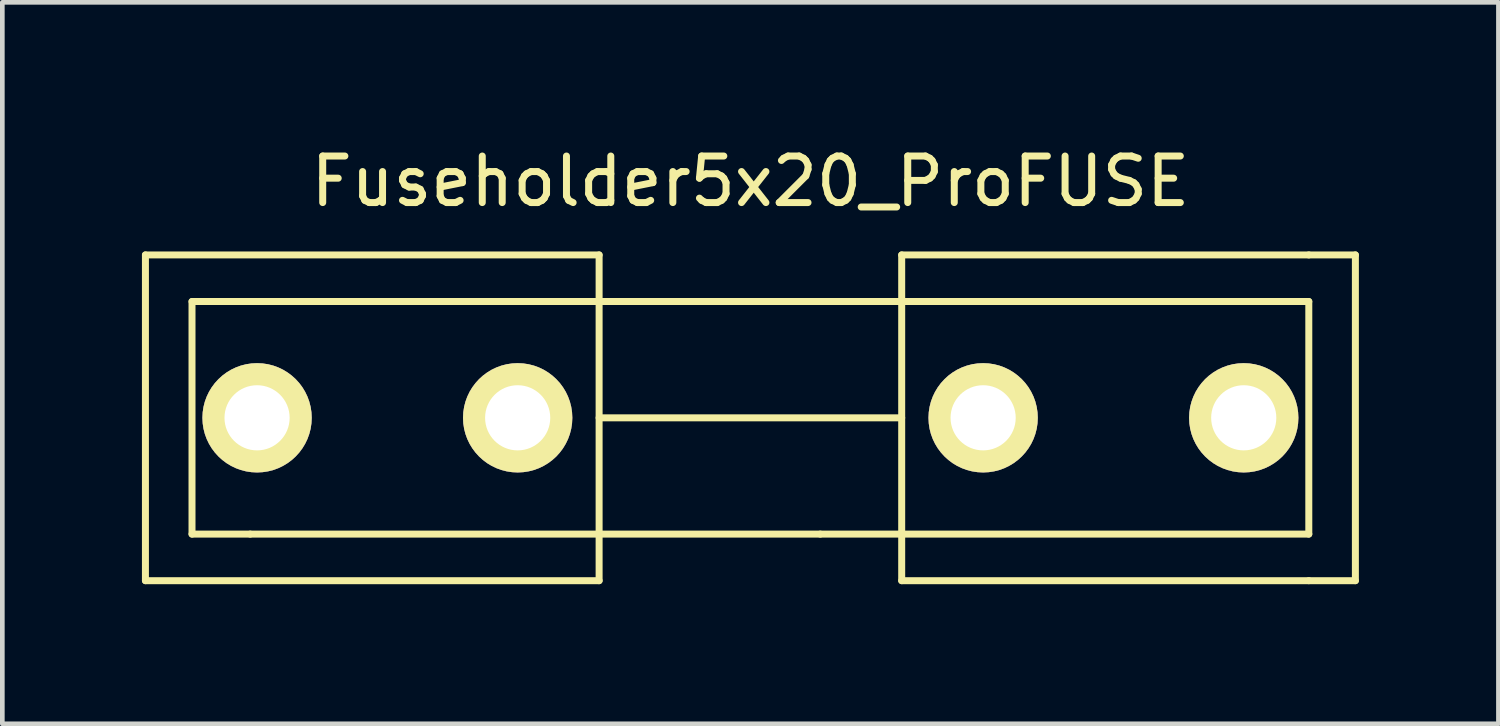
<source format=kicad_pcb>
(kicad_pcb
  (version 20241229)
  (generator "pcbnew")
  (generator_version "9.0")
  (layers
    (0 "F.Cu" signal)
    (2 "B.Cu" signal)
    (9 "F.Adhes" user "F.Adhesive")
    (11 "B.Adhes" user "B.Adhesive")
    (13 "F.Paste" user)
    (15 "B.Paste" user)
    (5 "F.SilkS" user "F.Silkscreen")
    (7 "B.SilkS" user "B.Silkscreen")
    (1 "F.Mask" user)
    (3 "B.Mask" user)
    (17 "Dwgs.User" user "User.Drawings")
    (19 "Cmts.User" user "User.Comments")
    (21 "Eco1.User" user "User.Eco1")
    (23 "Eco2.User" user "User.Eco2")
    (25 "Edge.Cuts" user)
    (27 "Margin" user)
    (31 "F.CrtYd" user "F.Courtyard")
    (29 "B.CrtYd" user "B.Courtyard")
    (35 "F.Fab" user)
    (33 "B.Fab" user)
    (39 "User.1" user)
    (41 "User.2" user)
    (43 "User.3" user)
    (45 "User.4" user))
  (footprint "Fuseholder5x20_ProFUSE"
    (layer "F.Cu")
    (at 13.075 5.928)
    (property "Reference" "Fuseholder5x20_ProFUSE" (at 0 -5.08 0) (layer "F.SilkS") (effects (font (size 1 1) (thickness 0.15))))
    (attr through_hole)
    (fp_line (start -13 -3.5) (end -13 3.5) (stroke (width 0.15) (type solid)) (layer "F.SilkS"))
    (fp_line (start -11.999 -2.499) (end -11.999 2.499) (stroke (width 0.15) (type solid)) (layer "F.SilkS"))
    (fp_line (start -10.749 2.499) (end -11.999 2.499) (stroke (width 0.15) (type solid)) (layer "F.SilkS"))
    (fp_line (start -10.5 -2.499) (end -11.999 -2.499) (stroke (width 0.15) (type solid)) (layer "F.SilkS"))
    (fp_line (start -3.251 -3.5) (end -13 -3.5) (stroke (width 0.15) (type solid)) (layer "F.SilkS"))
    (fp_line (start -3.251 -3.5) (end -3.251 3.5) (stroke (width 0.15) (type solid)) (layer "F.SilkS"))
    (fp_line (start -3.251 3.5) (end -13 3.5) (stroke (width 0.15) (type solid)) (layer "F.SilkS"))
    (fp_line (start 1.25 -2.499) (end -10.5 -2.499) (stroke (width 0.15) (type solid)) (layer "F.SilkS"))
    (fp_line (start 1.501 2.499) (end -10.749 2.499) (stroke (width 0.15) (type solid)) (layer "F.SilkS"))
    (fp_line (start 3.251 -3.5) (end 3.251 3.5) (stroke (width 0.15) (type solid)) (layer "F.SilkS"))
    (fp_line (start 3.251 0) (end -3.251 0) (stroke (width 0.15) (type solid)) (layer "F.SilkS"))
    (fp_line (start 11.999 -3.5) (end 3.251 -3.5) (stroke (width 0.15) (type solid)) (layer "F.SilkS"))
    (fp_line (start 11.999 -2.499) (end 1.25 -2.499) (stroke (width 0.15) (type solid)) (layer "F.SilkS"))
    (fp_line (start 11.999 -2.499) (end 11.999 2.499) (stroke (width 0.15) (type solid)) (layer "F.SilkS"))
    (fp_line (start 11.999 2.499) (end 1.501 2.499) (stroke (width 0.15) (type solid)) (layer "F.SilkS"))
    (fp_line (start 11.999 3.5) (end 3.251 3.5) (stroke (width 0.15) (type solid)) (layer "F.SilkS"))
    (fp_line (start 13 -3.5) (end 11.999 -3.5) (stroke (width 0.15) (type solid)) (layer "F.SilkS"))
    (fp_line (start 13 -3.5) (end 13 3.5) (stroke (width 0.15) (type solid)) (layer "F.SilkS"))
    (fp_line (start 13 3.5) (end 11.999 3.5) (stroke (width 0.15) (type solid)) (layer "F.SilkS"))
    (pad "1" thru_hole circle (at -10.601 0) (size 2.349 2.349) (drill 1.4) (layers "*.Cu" "*.Mask" "F.SilkS"))
    (pad "1" thru_hole circle (at -5.001 0) (size 2.349 2.349) (drill 1.4) (layers "*.Cu" "*.Mask" "F.SilkS"))
    (pad "2" thru_hole circle (at 5.001 0) (size 2.349 2.349) (drill 1.4) (layers "*.Cu" "*.Mask" "F.SilkS"))
    (pad "2" thru_hole circle (at 10.601 0) (size 2.349 2.349) (drill 1.4) (layers "*.Cu" "*.Mask" "F.SilkS")))
  (gr_rect
    (start -3 -3)
    (end 29.149 12.503)
    (stroke (width 0.1) (type default))
    (fill no)
    (layer "Edge.Cuts")))
</source>
